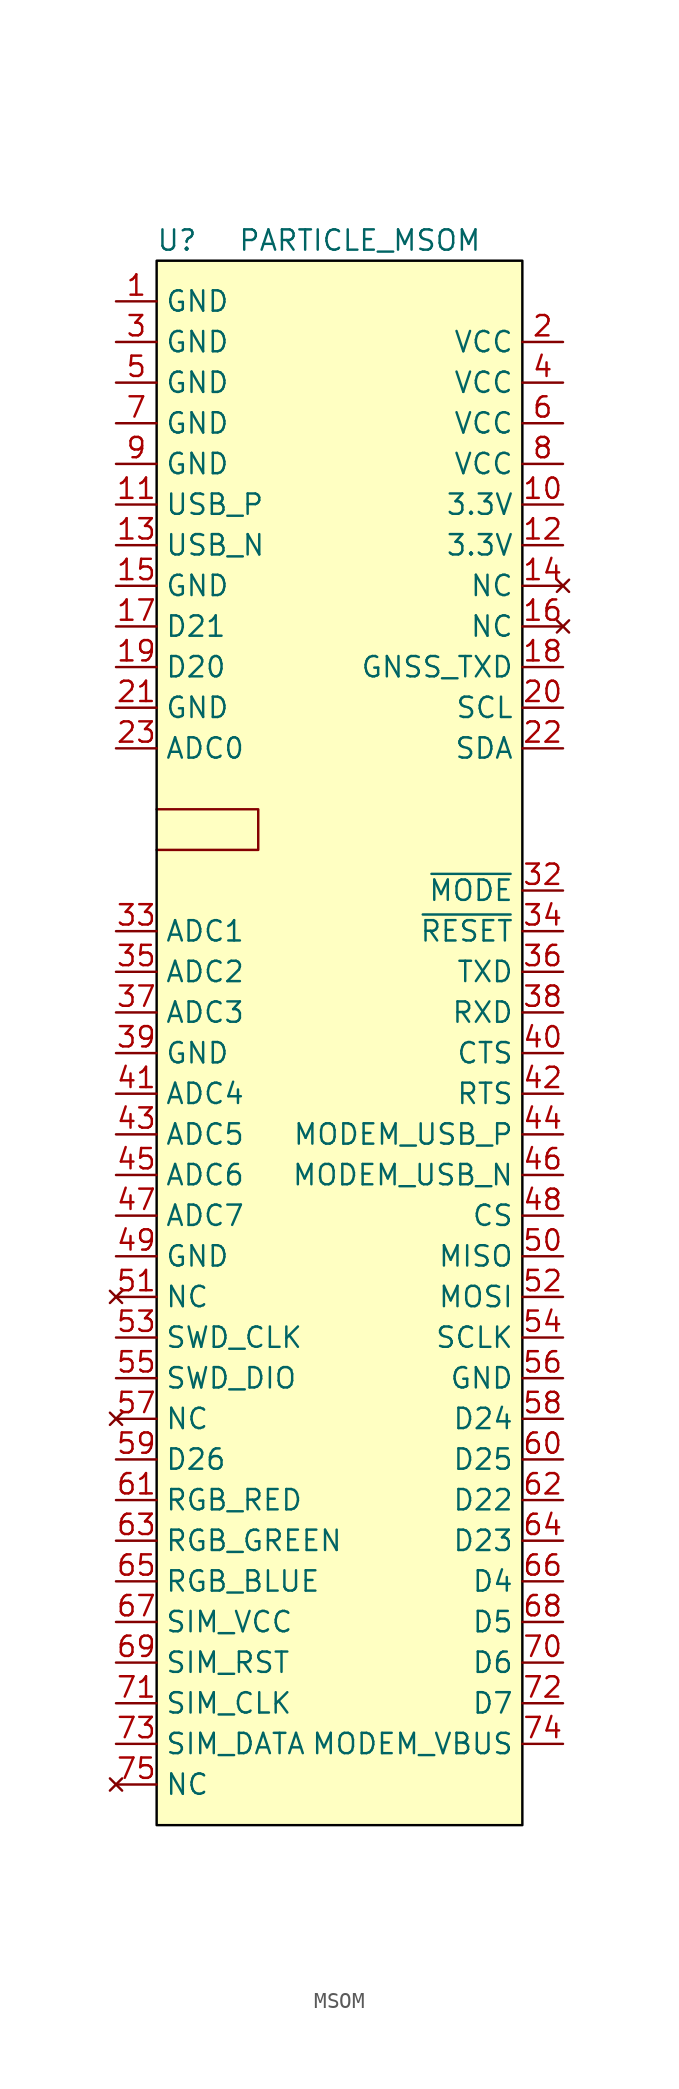
<source format=kicad_sym>
(kicad_symbol_lib
  (version 20220914)
  (generator kicad_symbol_editor)
  (symbol "MSOM"
    (property "Reference" "U"
      (at 1.27 99.06 0)
      (effects (font (size 1.27 1.27))))
    (property "Value" "PARTICLE_MSOM"
      (at 12.7 99.06 0)
      (effects (font (size 1.27 1.27))))
    (symbol "MSOM_0_1"
      (polyline (pts (xy 0 63.5) (xy 6.35 63.5) (xy 6.35 60.96) (xy 0 60.96)) (stroke (width 0) (type default)) (fill (type none))))
    (symbol "MSOM_1_1"
      (rectangle (start 0 97.79) (end 22.86 0) (stroke (width 0) (type default) (color 0 0 0 1)) (fill (type background)))
      (pin power_in line (at -2.54 95.25 0) (length 2.54) (name "GND" (effects (font (size 1.27 1.27)))) (number "1" (effects (font (size 1.27 1.27)))))
      (pin power_in line (at 25.4 82.55 180) (length 2.54) (name "3.3V" (effects (font (size 1.27 1.27)))) (number "10" (effects (font (size 1.27 1.27)))))
      (pin bidirectional line (at -2.54 82.55 0) (length 2.54) (name "USB_P" (effects (font (size 1.27 1.27)))) (number "11" (effects (font (size 1.27 1.27)))))
      (pin power_in line (at 25.4 80.01 180) (length 2.54) (name "3.3V" (effects (font (size 1.27 1.27)))) (number "12" (effects (font (size 1.27 1.27)))))
      (pin bidirectional line (at -2.54 80.01 0) (length 2.54) (name "USB_N" (effects (font (size 1.27 1.27)))) (number "13" (effects (font (size 1.27 1.27)))))
      (pin no_connect line (at 25.4 77.47 180) (length 2.54) (name "NC" (effects (font (size 1.27 1.27)))) (number "14" (effects (font (size 1.27 1.27)))))
      (pin power_in line (at -2.54 77.47 0) (length 2.54) (name "GND" (effects (font (size 1.27 1.27)))) (number "15" (effects (font (size 1.27 1.27)))))
      (pin no_connect line (at 25.4 74.93 180) (length 2.54) (name "NC" (effects (font (size 1.27 1.27)))) (number "16" (effects (font (size 1.27 1.27)))))
      (pin bidirectional line (at -2.54 74.93 0) (length 2.54) (name "D21" (effects (font (size 1.27 1.27)))) (number "17" (effects (font (size 1.27 1.27)))))
      (pin output line (at 25.4 72.39 180) (length 2.54) (name "GNSS_TXD" (effects (font (size 1.27 1.27)))) (number "18" (effects (font (size 1.27 1.27)))))
      (pin bidirectional line (at -2.54 72.39 0) (length 2.54) (name "D20" (effects (font (size 1.27 1.27)))) (number "19" (effects (font (size 1.27 1.27)))))
      (pin power_in line (at 25.4 92.71 180) (length 2.54) (name "VCC" (effects (font (size 1.27 1.27)))) (number "2" (effects (font (size 1.27 1.27)))))
      (pin bidirectional line (at 25.4 69.85 180) (length 2.54) (name "SCL" (effects (font (size 1.27 1.27)))) (number "20" (effects (font (size 1.27 1.27)))))
      (pin power_in line (at -2.54 69.85 0) (length 2.54) (name "GND" (effects (font (size 1.27 1.27)))) (number "21" (effects (font (size 1.27 1.27)))))
      (pin bidirectional line (at 25.4 67.31 180) (length 2.54) (name "SDA" (effects (font (size 1.27 1.27)))) (number "22" (effects (font (size 1.27 1.27)))))
      (pin bidirectional line (at -2.54 67.31 0) (length 2.54) (name "ADC0" (effects (font (size 1.27 1.27)))) (number "23" (effects (font (size 1.27 1.27)))))
      (pin power_in line (at -2.54 92.71 0) (length 2.54) (name "GND" (effects (font (size 1.27 1.27)))) (number "3" (effects (font (size 1.27 1.27)))))
      (pin input line (at 25.4 58.42 180) (length 2.54) (name "~{MODE}" (effects (font (size 1.27 1.27)))) (number "32" (effects (font (size 1.27 1.27)))))
      (pin bidirectional line (at -2.54 55.88 0) (length 2.54) (name "ADC1" (effects (font (size 1.27 1.27)))) (number "33" (effects (font (size 1.27 1.27)))))
      (pin input line (at 25.4 55.88 180) (length 2.54) (name "~{RESET}" (effects (font (size 1.27 1.27)))) (number "34" (effects (font (size 1.27 1.27)))))
      (pin bidirectional line (at -2.54 53.34 0) (length 2.54) (name "ADC2" (effects (font (size 1.27 1.27)))) (number "35" (effects (font (size 1.27 1.27)))))
      (pin bidirectional line (at 25.4 53.34 180) (length 2.54) (name "TXD" (effects (font (size 1.27 1.27)))) (number "36" (effects (font (size 1.27 1.27)))))
      (pin bidirectional line (at -2.54 50.8 0) (length 2.54) (name "ADC3" (effects (font (size 1.27 1.27)))) (number "37" (effects (font (size 1.27 1.27)))))
      (pin bidirectional line (at 25.4 50.8 180) (length 2.54) (name "RXD" (effects (font (size 1.27 1.27)))) (number "38" (effects (font (size 1.27 1.27)))))
      (pin power_in line (at -2.54 48.26 0) (length 2.54) (name "GND" (effects (font (size 1.27 1.27)))) (number "39" (effects (font (size 1.27 1.27)))))
      (pin power_in line (at 25.4 90.17 180) (length 2.54) (name "VCC" (effects (font (size 1.27 1.27)))) (number "4" (effects (font (size 1.27 1.27)))))
      (pin bidirectional line (at 25.4 48.26 180) (length 2.54) (name "CTS" (effects (font (size 1.27 1.27)))) (number "40" (effects (font (size 1.27 1.27)))))
      (pin bidirectional line (at -2.54 45.72 0) (length 2.54) (name "ADC4" (effects (font (size 1.27 1.27)))) (number "41" (effects (font (size 1.27 1.27)))))
      (pin bidirectional line (at 25.4 45.72 180) (length 2.54) (name "RTS" (effects (font (size 1.27 1.27)))) (number "42" (effects (font (size 1.27 1.27)))))
      (pin bidirectional line (at -2.54 43.18 0) (length 2.54) (name "ADC5" (effects (font (size 1.27 1.27)))) (number "43" (effects (font (size 1.27 1.27)))))
      (pin bidirectional line (at 25.4 43.18 180) (length 2.54) (name "MODEM_USB_P" (effects (font (size 1.27 1.27)))) (number "44" (effects (font (size 1.27 1.27)))))
      (pin bidirectional line (at -2.54 40.64 0) (length 2.54) (name "ADC6" (effects (font (size 1.27 1.27)))) (number "45" (effects (font (size 1.27 1.27)))))
      (pin bidirectional line (at 25.4 40.64 180) (length 2.54) (name "MODEM_USB_N" (effects (font (size 1.27 1.27)))) (number "46" (effects (font (size 1.27 1.27)))))
      (pin bidirectional line (at -2.54 38.1 0) (length 2.54) (name "ADC7" (effects (font (size 1.27 1.27)))) (number "47" (effects (font (size 1.27 1.27)))))
      (pin bidirectional line (at 25.4 38.1 180) (length 2.54) (name "CS" (effects (font (size 1.27 1.27)))) (number "48" (effects (font (size 1.27 1.27)))))
      (pin power_in line (at -2.54 35.56 0) (length 2.54) (name "GND" (effects (font (size 1.27 1.27)))) (number "49" (effects (font (size 1.27 1.27)))))
      (pin power_in line (at -2.54 90.17 0) (length 2.54) (name "GND" (effects (font (size 1.27 1.27)))) (number "5" (effects (font (size 1.27 1.27)))))
      (pin bidirectional line (at 25.4 35.56 180) (length 2.54) (name "MISO" (effects (font (size 1.27 1.27)))) (number "50" (effects (font (size 1.27 1.27)))))
      (pin no_connect line (at -2.54 33.02 0) (length 2.54) (name "NC" (effects (font (size 1.27 1.27)))) (number "51" (effects (font (size 1.27 1.27)))))
      (pin bidirectional line (at 25.4 33.02 180) (length 2.54) (name "MOSI" (effects (font (size 1.27 1.27)))) (number "52" (effects (font (size 1.27 1.27)))))
      (pin bidirectional line (at -2.54 30.48 0) (length 2.54) (name "SWD_CLK" (effects (font (size 1.27 1.27)))) (number "53" (effects (font (size 1.27 1.27)))))
      (pin bidirectional line (at 25.4 30.48 180) (length 2.54) (name "SCLK" (effects (font (size 1.27 1.27)))) (number "54" (effects (font (size 1.27 1.27)))))
      (pin bidirectional line (at -2.54 27.94 0) (length 2.54) (name "SWD_DIO" (effects (font (size 1.27 1.27)))) (number "55" (effects (font (size 1.27 1.27)))))
      (pin bidirectional line (at 25.4 27.94 180) (length 2.54) (name "GND" (effects (font (size 1.27 1.27)))) (number "56" (effects (font (size 1.27 1.27)))))
      (pin no_connect line (at -2.54 25.4 0) (length 2.54) (name "NC" (effects (font (size 1.27 1.27)))) (number "57" (effects (font (size 1.27 1.27)))))
      (pin bidirectional line (at 25.4 25.4 180) (length 2.54) (name "D24" (effects (font (size 1.27 1.27)))) (number "58" (effects (font (size 1.27 1.27)))))
      (pin bidirectional line (at -2.54 22.86 0) (length 2.54) (name "D26" (effects (font (size 1.27 1.27)))) (number "59" (effects (font (size 1.27 1.27)))))
      (pin power_in line (at 25.4 87.63 180) (length 2.54) (name "VCC" (effects (font (size 1.27 1.27)))) (number "6" (effects (font (size 1.27 1.27)))))
      (pin bidirectional line (at 25.4 22.86 180) (length 2.54) (name "D25" (effects (font (size 1.27 1.27)))) (number "60" (effects (font (size 1.27 1.27)))))
      (pin output line (at -2.54 20.32 0) (length 2.54) (name "RGB_RED" (effects (font (size 1.27 1.27)))) (number "61" (effects (font (size 1.27 1.27)))))
      (pin bidirectional line (at 25.4 20.32 180) (length 2.54) (name "D22" (effects (font (size 1.27 1.27)))) (number "62" (effects (font (size 1.27 1.27)))))
      (pin output line (at -2.54 17.78 0) (length 2.54) (name "RGB_GREEN" (effects (font (size 1.27 1.27)))) (number "63" (effects (font (size 1.27 1.27)))))
      (pin bidirectional line (at 25.4 17.78 180) (length 2.54) (name "D23" (effects (font (size 1.27 1.27)))) (number "64" (effects (font (size 1.27 1.27)))))
      (pin output line (at -2.54 15.24 0) (length 2.54) (name "RGB_BLUE" (effects (font (size 1.27 1.27)))) (number "65" (effects (font (size 1.27 1.27)))))
      (pin bidirectional line (at 25.4 15.24 180) (length 2.54) (name "D4" (effects (font (size 1.27 1.27)))) (number "66" (effects (font (size 1.27 1.27)))))
      (pin power_out line (at -2.54 12.7 0) (length 2.54) (name "SIM_VCC" (effects (font (size 1.27 1.27)))) (number "67" (effects (font (size 1.27 1.27)))))
      (pin bidirectional line (at 25.4 12.7 180) (length 2.54) (name "D5" (effects (font (size 1.27 1.27)))) (number "68" (effects (font (size 1.27 1.27)))))
      (pin output line (at -2.54 10.16 0) (length 2.54) (name "SIM_RST" (effects (font (size 1.27 1.27)))) (number "69" (effects (font (size 1.27 1.27)))))
      (pin power_in line (at -2.54 87.63 0) (length 2.54) (name "GND" (effects (font (size 1.27 1.27)))) (number "7" (effects (font (size 1.27 1.27)))))
      (pin bidirectional line (at 25.4 10.16 180) (length 2.54) (name "D6" (effects (font (size 1.27 1.27)))) (number "70" (effects (font (size 1.27 1.27)))))
      (pin output line (at -2.54 7.62 0) (length 2.54) (name "SIM_CLK" (effects (font (size 1.27 1.27)))) (number "71" (effects (font (size 1.27 1.27)))))
      (pin bidirectional line (at 25.4 7.62 180) (length 2.54) (name "D7" (effects (font (size 1.27 1.27)))) (number "72" (effects (font (size 1.27 1.27)))))
      (pin bidirectional line (at -2.54 5.08 0) (length 2.54) (name "SIM_DATA" (effects (font (size 1.27 1.27)))) (number "73" (effects (font (size 1.27 1.27)))))
      (pin power_in line (at 25.4 5.08 180) (length 2.54) (name "MODEM_VBUS" (effects (font (size 1.27 1.27)))) (number "74" (effects (font (size 1.27 1.27)))))
      (pin no_connect line (at -2.54 2.54 0) (length 2.54) (name "NC" (effects (font (size 1.27 1.27)))) (number "75" (effects (font (size 1.27 1.27)))))
      (pin power_in line (at 25.4 85.09 180) (length 2.54) (name "VCC" (effects (font (size 1.27 1.27)))) (number "8" (effects (font (size 1.27 1.27)))))
      (pin power_in line (at -2.54 85.09 0) (length 2.54) (name "GND" (effects (font (size 1.27 1.27)))) (number "9" (effects (font (size 1.27 1.27))))))))
</source>
